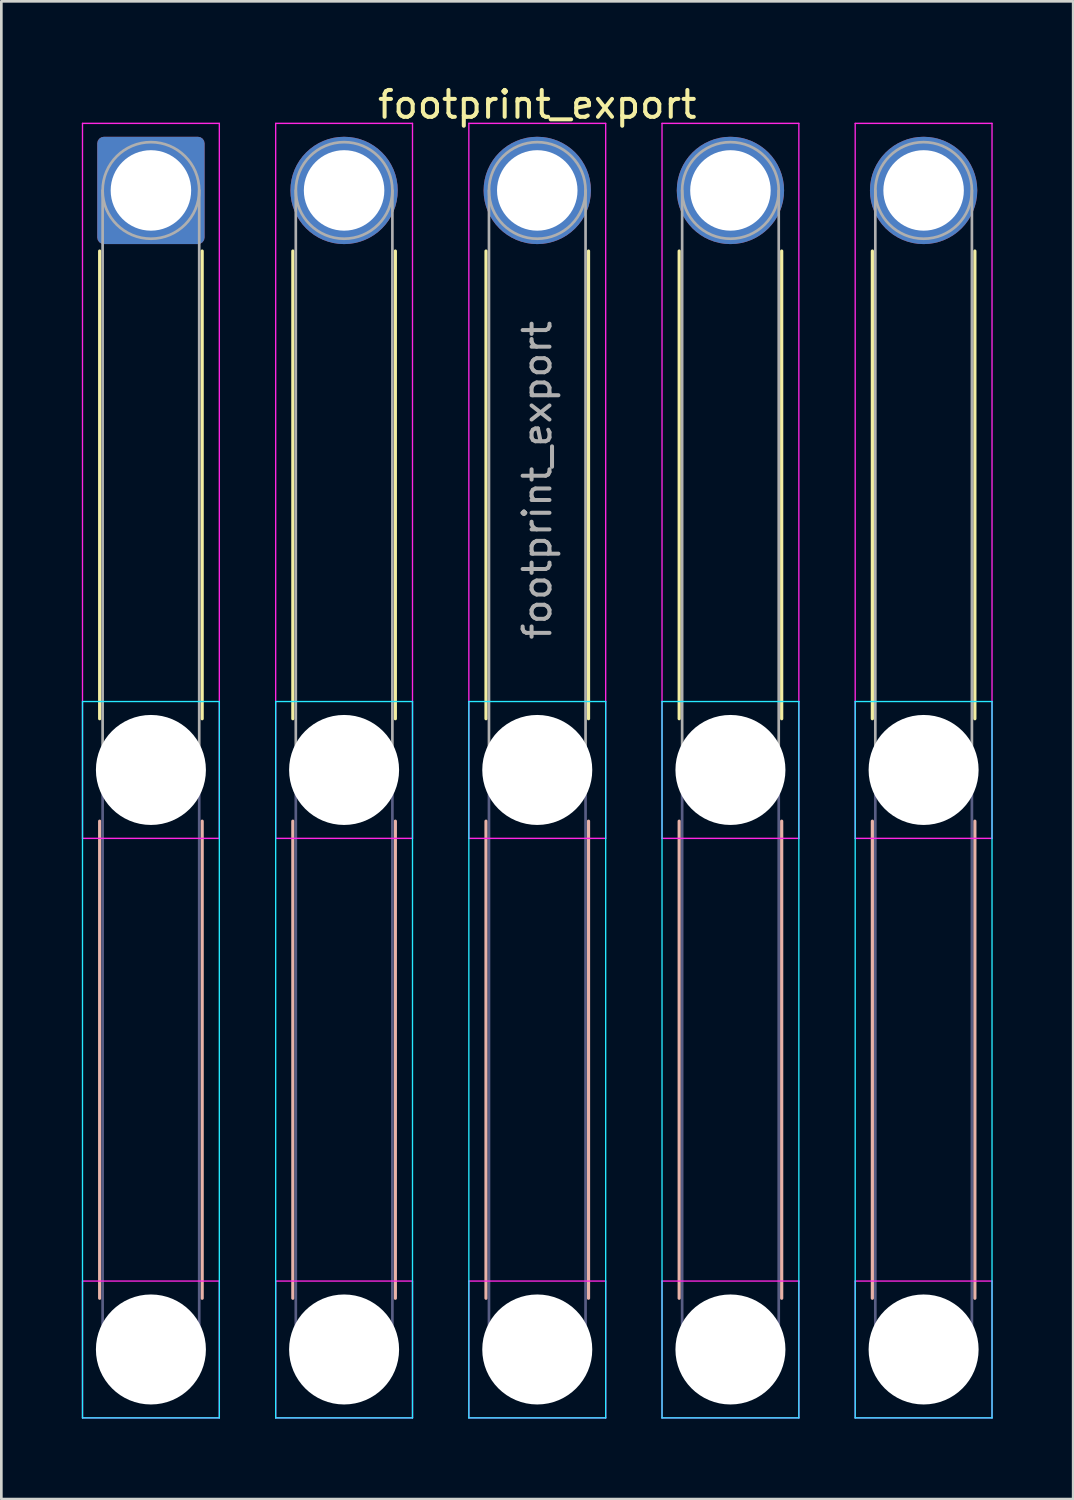
<source format=kicad_pcb>
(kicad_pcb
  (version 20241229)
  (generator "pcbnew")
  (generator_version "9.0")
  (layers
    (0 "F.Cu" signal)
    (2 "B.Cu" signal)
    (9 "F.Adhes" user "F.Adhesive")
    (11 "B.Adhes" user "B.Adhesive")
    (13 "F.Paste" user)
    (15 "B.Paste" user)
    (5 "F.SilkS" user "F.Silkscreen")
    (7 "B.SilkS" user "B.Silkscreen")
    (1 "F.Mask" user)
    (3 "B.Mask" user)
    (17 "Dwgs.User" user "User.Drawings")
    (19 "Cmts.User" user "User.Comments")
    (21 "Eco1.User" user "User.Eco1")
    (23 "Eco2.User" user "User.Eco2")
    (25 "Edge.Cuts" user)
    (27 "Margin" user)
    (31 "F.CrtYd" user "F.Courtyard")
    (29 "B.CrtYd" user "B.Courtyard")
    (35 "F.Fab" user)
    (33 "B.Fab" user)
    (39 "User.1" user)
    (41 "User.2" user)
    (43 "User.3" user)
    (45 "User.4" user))
  (footprint "footprint_export"
    (layer "F.Cu")
    (at 2.575 4.048)
    (property "Reference" "footprint_export" (at 14.4 -3.2 0) (layer "F.SilkS") (effects (font (size 1 1) (thickness 0.15))))
    (attr exclude_from_pos_files exclude_from_bom)
    (fp_line (start -1.91 2.26) (end -1.91 19.69) (stroke (width 0.12) (type solid)) (layer "F.SilkS"))
    (fp_line (start 1.91 2.26) (end 1.91 19.69) (stroke (width 0.12) (type solid)) (layer "F.SilkS"))
    (fp_line (start 5.29 2.26) (end 5.29 19.69) (stroke (width 0.12) (type solid)) (layer "F.SilkS"))
    (fp_line (start 9.11 2.26) (end 9.11 19.69) (stroke (width 0.12) (type solid)) (layer "F.SilkS"))
    (fp_line (start 12.49 2.26) (end 12.49 19.69) (stroke (width 0.12) (type solid)) (layer "F.SilkS"))
    (fp_line (start 16.31 2.26) (end 16.31 19.69) (stroke (width 0.12) (type solid)) (layer "F.SilkS"))
    (fp_line (start 19.69 2.26) (end 19.69 19.69) (stroke (width 0.12) (type solid)) (layer "F.SilkS"))
    (fp_line (start 23.51 2.26) (end 23.51 19.69) (stroke (width 0.12) (type solid)) (layer "F.SilkS"))
    (fp_line (start 26.89 2.26) (end 26.89 19.69) (stroke (width 0.12) (type solid)) (layer "F.SilkS"))
    (fp_line (start 30.71 2.26) (end 30.71 19.69) (stroke (width 0.12) (type solid)) (layer "F.SilkS"))
    (fp_line (start -1.91 23.51) (end -1.91 41.29) (stroke (width 0.12) (type solid)) (layer "B.SilkS"))
    (fp_line (start 1.91 23.51) (end 1.91 41.29) (stroke (width 0.12) (type solid)) (layer "B.SilkS"))
    (fp_line (start 5.29 23.51) (end 5.29 41.29) (stroke (width 0.12) (type solid)) (layer "B.SilkS"))
    (fp_line (start 9.11 23.51) (end 9.11 41.29) (stroke (width 0.12) (type solid)) (layer "B.SilkS"))
    (fp_line (start 12.49 23.51) (end 12.49 41.29) (stroke (width 0.12) (type solid)) (layer "B.SilkS"))
    (fp_line (start 16.31 23.51) (end 16.31 41.29) (stroke (width 0.12) (type solid)) (layer "B.SilkS"))
    (fp_line (start 19.69 23.51) (end 19.69 41.29) (stroke (width 0.12) (type solid)) (layer "B.SilkS"))
    (fp_line (start 23.51 23.51) (end 23.51 41.29) (stroke (width 0.12) (type solid)) (layer "B.SilkS"))
    (fp_line (start 26.89 23.51) (end 26.89 41.29) (stroke (width 0.12) (type solid)) (layer "B.SilkS"))
    (fp_line (start 30.71 23.51) (end 30.71 41.29) (stroke (width 0.12) (type solid)) (layer "B.SilkS"))
    (fp_line (start -2.55 19.05) (end -2.55 45.75) (stroke (width 0.05) (type solid)) (layer "B.CrtYd"))
    (fp_line (start -2.55 45.75) (end 2.55 45.75) (stroke (width 0.05) (type solid)) (layer "B.CrtYd"))
    (fp_line (start 2.55 19.05) (end -2.55 19.05) (stroke (width 0.05) (type solid)) (layer "B.CrtYd"))
    (fp_line (start 2.55 45.75) (end 2.55 19.05) (stroke (width 0.05) (type solid)) (layer "B.CrtYd"))
    (fp_line (start 4.65 19.05) (end 4.65 45.75) (stroke (width 0.05) (type solid)) (layer "B.CrtYd"))
    (fp_line (start 4.65 45.75) (end 9.75 45.75) (stroke (width 0.05) (type solid)) (layer "B.CrtYd"))
    (fp_line (start 9.75 19.05) (end 4.65 19.05) (stroke (width 0.05) (type solid)) (layer "B.CrtYd"))
    (fp_line (start 9.75 45.75) (end 9.75 19.05) (stroke (width 0.05) (type solid)) (layer "B.CrtYd"))
    (fp_line (start 11.85 19.05) (end 11.85 45.75) (stroke (width 0.05) (type solid)) (layer "B.CrtYd"))
    (fp_line (start 11.85 45.75) (end 16.95 45.75) (stroke (width 0.05) (type solid)) (layer "B.CrtYd"))
    (fp_line (start 16.95 19.05) (end 11.85 19.05) (stroke (width 0.05) (type solid)) (layer "B.CrtYd"))
    (fp_line (start 16.95 45.75) (end 16.95 19.05) (stroke (width 0.05) (type solid)) (layer "B.CrtYd"))
    (fp_line (start 19.05 19.05) (end 19.05 45.75) (stroke (width 0.05) (type solid)) (layer "B.CrtYd"))
    (fp_line (start 19.05 45.75) (end 24.15 45.75) (stroke (width 0.05) (type solid)) (layer "B.CrtYd"))
    (fp_line (start 24.15 19.05) (end 19.05 19.05) (stroke (width 0.05) (type solid)) (layer "B.CrtYd"))
    (fp_line (start 24.15 45.75) (end 24.15 19.05) (stroke (width 0.05) (type solid)) (layer "B.CrtYd"))
    (fp_line (start 26.25 19.05) (end 26.25 45.75) (stroke (width 0.05) (type solid)) (layer "B.CrtYd"))
    (fp_line (start 26.25 45.75) (end 31.35 45.75) (stroke (width 0.05) (type solid)) (layer "B.CrtYd"))
    (fp_line (start 31.35 19.05) (end 26.25 19.05) (stroke (width 0.05) (type solid)) (layer "B.CrtYd"))
    (fp_line (start 31.35 45.75) (end 31.35 19.05) (stroke (width 0.05) (type solid)) (layer "B.CrtYd"))
    (fp_line (start -2.55 -2.5) (end -2.55 24.15) (stroke (width 0.05) (type solid)) (layer "F.CrtYd"))
    (fp_line (start -2.55 24.15) (end 2.55 24.15) (stroke (width 0.05) (type solid)) (layer "F.CrtYd"))
    (fp_line (start -2.55 40.65) (end -2.55 45.75) (stroke (width 0.05) (type solid)) (layer "F.CrtYd"))
    (fp_line (start -2.55 45.75) (end 2.55 45.75) (stroke (width 0.05) (type solid)) (layer "F.CrtYd"))
    (fp_line (start 2.55 -2.5) (end -2.55 -2.5) (stroke (width 0.05) (type solid)) (layer "F.CrtYd"))
    (fp_line (start 2.55 24.15) (end 2.55 -2.5) (stroke (width 0.05) (type solid)) (layer "F.CrtYd"))
    (fp_line (start 2.55 40.65) (end -2.55 40.65) (stroke (width 0.05) (type solid)) (layer "F.CrtYd"))
    (fp_line (start 2.55 45.75) (end 2.55 40.65) (stroke (width 0.05) (type solid)) (layer "F.CrtYd"))
    (fp_line (start 4.65 -2.5) (end 4.65 24.15) (stroke (width 0.05) (type solid)) (layer "F.CrtYd"))
    (fp_line (start 4.65 24.15) (end 9.75 24.15) (stroke (width 0.05) (type solid)) (layer "F.CrtYd"))
    (fp_line (start 4.65 40.65) (end 4.65 45.75) (stroke (width 0.05) (type solid)) (layer "F.CrtYd"))
    (fp_line (start 4.65 45.75) (end 9.75 45.75) (stroke (width 0.05) (type solid)) (layer "F.CrtYd"))
    (fp_line (start 9.75 -2.5) (end 4.65 -2.5) (stroke (width 0.05) (type solid)) (layer "F.CrtYd"))
    (fp_line (start 9.75 24.15) (end 9.75 -2.5) (stroke (width 0.05) (type solid)) (layer "F.CrtYd"))
    (fp_line (start 9.75 40.65) (end 4.65 40.65) (stroke (width 0.05) (type solid)) (layer "F.CrtYd"))
    (fp_line (start 9.75 45.75) (end 9.75 40.65) (stroke (width 0.05) (type solid)) (layer "F.CrtYd"))
    (fp_line (start 11.85 -2.5) (end 11.85 24.15) (stroke (width 0.05) (type solid)) (layer "F.CrtYd"))
    (fp_line (start 11.85 24.15) (end 16.95 24.15) (stroke (width 0.05) (type solid)) (layer "F.CrtYd"))
    (fp_line (start 11.85 40.65) (end 11.85 45.75) (stroke (width 0.05) (type solid)) (layer "F.CrtYd"))
    (fp_line (start 11.85 45.75) (end 16.95 45.75) (stroke (width 0.05) (type solid)) (layer "F.CrtYd"))
    (fp_line (start 16.95 -2.5) (end 11.85 -2.5) (stroke (width 0.05) (type solid)) (layer "F.CrtYd"))
    (fp_line (start 16.95 24.15) (end 16.95 -2.5) (stroke (width 0.05) (type solid)) (layer "F.CrtYd"))
    (fp_line (start 16.95 40.65) (end 11.85 40.65) (stroke (width 0.05) (type solid)) (layer "F.CrtYd"))
    (fp_line (start 16.95 45.75) (end 16.95 40.65) (stroke (width 0.05) (type solid)) (layer "F.CrtYd"))
    (fp_line (start 19.05 -2.5) (end 19.05 24.15) (stroke (width 0.05) (type solid)) (layer "F.CrtYd"))
    (fp_line (start 19.05 24.15) (end 24.15 24.15) (stroke (width 0.05) (type solid)) (layer "F.CrtYd"))
    (fp_line (start 19.05 40.65) (end 19.05 45.75) (stroke (width 0.05) (type solid)) (layer "F.CrtYd"))
    (fp_line (start 19.05 45.75) (end 24.15 45.75) (stroke (width 0.05) (type solid)) (layer "F.CrtYd"))
    (fp_line (start 24.15 -2.5) (end 19.05 -2.5) (stroke (width 0.05) (type solid)) (layer "F.CrtYd"))
    (fp_line (start 24.15 24.15) (end 24.15 -2.5) (stroke (width 0.05) (type solid)) (layer "F.CrtYd"))
    (fp_line (start 24.15 40.65) (end 19.05 40.65) (stroke (width 0.05) (type solid)) (layer "F.CrtYd"))
    (fp_line (start 24.15 45.75) (end 24.15 40.65) (stroke (width 0.05) (type solid)) (layer "F.CrtYd"))
    (fp_line (start 26.25 -2.5) (end 26.25 24.15) (stroke (width 0.05) (type solid)) (layer "F.CrtYd"))
    (fp_line (start 26.25 24.15) (end 31.35 24.15) (stroke (width 0.05) (type solid)) (layer "F.CrtYd"))
    (fp_line (start 26.25 40.65) (end 26.25 45.75) (stroke (width 0.05) (type solid)) (layer "F.CrtYd"))
    (fp_line (start 26.25 45.75) (end 31.35 45.75) (stroke (width 0.05) (type solid)) (layer "F.CrtYd"))
    (fp_line (start 31.35 -2.5) (end 26.25 -2.5) (stroke (width 0.05) (type solid)) (layer "F.CrtYd"))
    (fp_line (start 31.35 24.15) (end 31.35 -2.5) (stroke (width 0.05) (type solid)) (layer "F.CrtYd"))
    (fp_line (start 31.35 40.65) (end 26.25 40.65) (stroke (width 0.05) (type solid)) (layer "F.CrtYd"))
    (fp_line (start 31.35 45.75) (end 31.35 40.65) (stroke (width 0.05) (type solid)) (layer "F.CrtYd"))
    (fp_line (start -1.8 21.6) (end -1.8 43.2) (stroke (width 0.1) (type solid)) (layer "B.Fab"))
    (fp_line (start 1.8 21.6) (end 1.8 43.2) (stroke (width 0.1) (type solid)) (layer "B.Fab"))
    (fp_line (start 5.4 21.6) (end 5.4 43.2) (stroke (width 0.1) (type solid)) (layer "B.Fab"))
    (fp_line (start 9 21.6) (end 9 43.2) (stroke (width 0.1) (type solid)) (layer "B.Fab"))
    (fp_line (start 12.6 21.6) (end 12.6 43.2) (stroke (width 0.1) (type solid)) (layer "B.Fab"))
    (fp_line (start 16.2 21.6) (end 16.2 43.2) (stroke (width 0.1) (type solid)) (layer "B.Fab"))
    (fp_line (start 19.8 21.6) (end 19.8 43.2) (stroke (width 0.1) (type solid)) (layer "B.Fab"))
    (fp_line (start 23.4 21.6) (end 23.4 43.2) (stroke (width 0.1) (type solid)) (layer "B.Fab"))
    (fp_line (start 27 21.6) (end 27 43.2) (stroke (width 0.1) (type solid)) (layer "B.Fab"))
    (fp_line (start 30.6 21.6) (end 30.6 43.2) (stroke (width 0.1) (type solid)) (layer "B.Fab"))
    (fp_circle (center 0 21.6) (end 1.8 21.6) (stroke (width 0.1) (type solid)) (fill no) (layer "B.Fab"))
    (fp_circle (center 0 43.2) (end 1.8 43.2) (stroke (width 0.1) (type solid)) (fill no) (layer "B.Fab"))
    (fp_circle (center 7.2 21.6) (end 9 21.6) (stroke (width 0.1) (type solid)) (fill no) (layer "B.Fab"))
    (fp_circle (center 7.2 43.2) (end 9 43.2) (stroke (width 0.1) (type solid)) (fill no) (layer "B.Fab"))
    (fp_circle (center 14.4 21.6) (end 16.2 21.6) (stroke (width 0.1) (type solid)) (fill no) (layer "B.Fab"))
    (fp_circle (center 14.4 43.2) (end 16.2 43.2) (stroke (width 0.1) (type solid)) (fill no) (layer "B.Fab"))
    (fp_circle (center 21.6 21.6) (end 23.4 21.6) (stroke (width 0.1) (type solid)) (fill no) (layer "B.Fab"))
    (fp_circle (center 21.6 43.2) (end 23.4 43.2) (stroke (width 0.1) (type solid)) (fill no) (layer "B.Fab"))
    (fp_circle (center 28.8 21.6) (end 30.6 21.6) (stroke (width 0.1) (type solid)) (fill no) (layer "B.Fab"))
    (fp_circle (center 28.8 43.2) (end 30.6 43.2) (stroke (width 0.1) (type solid)) (fill no) (layer "B.Fab"))
    (fp_line (start -1.8 0) (end -1.8 21.6) (stroke (width 0.1) (type solid)) (layer "F.Fab"))
    (fp_line (start 1.8 0) (end 1.8 21.6) (stroke (width 0.1) (type solid)) (layer "F.Fab"))
    (fp_line (start 5.4 0) (end 5.4 21.6) (stroke (width 0.1) (type solid)) (layer "F.Fab"))
    (fp_line (start 9 0) (end 9 21.6) (stroke (width 0.1) (type solid)) (layer "F.Fab"))
    (fp_line (start 12.6 0) (end 12.6 21.6) (stroke (width 0.1) (type solid)) (layer "F.Fab"))
    (fp_line (start 16.2 0) (end 16.2 21.6) (stroke (width 0.1) (type solid)) (layer "F.Fab"))
    (fp_line (start 19.8 0) (end 19.8 21.6) (stroke (width 0.1) (type solid)) (layer "F.Fab"))
    (fp_line (start 23.4 0) (end 23.4 21.6) (stroke (width 0.1) (type solid)) (layer "F.Fab"))
    (fp_line (start 27 0) (end 27 21.6) (stroke (width 0.1) (type solid)) (layer "F.Fab"))
    (fp_line (start 30.6 0) (end 30.6 21.6) (stroke (width 0.1) (type solid)) (layer "F.Fab"))
    (fp_circle (center 0 0) (end 1.8 0) (stroke (width 0.1) (type solid)) (fill no) (layer "F.Fab"))
    (fp_circle (center 0 21.6) (end 1.8 21.6) (stroke (width 0.1) (type solid)) (fill no) (layer "F.Fab"))
    (fp_circle (center 0 43.2) (end 1.8 43.2) (stroke (width 0.1) (type solid)) (fill no) (layer "F.Fab"))
    (fp_circle (center 7.2 0) (end 9 0) (stroke (width 0.1) (type solid)) (fill no) (layer "F.Fab"))
    (fp_circle (center 7.2 21.6) (end 9 21.6) (stroke (width 0.1) (type solid)) (fill no) (layer "F.Fab"))
    (fp_circle (center 7.2 43.2) (end 9 43.2) (stroke (width 0.1) (type solid)) (fill no) (layer "F.Fab"))
    (fp_circle (center 14.4 0) (end 16.2 0) (stroke (width 0.1) (type solid)) (fill no) (layer "F.Fab"))
    (fp_circle (center 14.4 21.6) (end 16.2 21.6) (stroke (width 0.1) (type solid)) (fill no) (layer "F.Fab"))
    (fp_circle (center 14.4 43.2) (end 16.2 43.2) (stroke (width 0.1) (type solid)) (fill no) (layer "F.Fab"))
    (fp_circle (center 21.6 0) (end 23.4 0) (stroke (width 0.1) (type solid)) (fill no) (layer "F.Fab"))
    (fp_circle (center 21.6 21.6) (end 23.4 21.6) (stroke (width 0.1) (type solid)) (fill no) (layer "F.Fab"))
    (fp_circle (center 21.6 43.2) (end 23.4 43.2) (stroke (width 0.1) (type solid)) (fill no) (layer "F.Fab"))
    (fp_circle (center 28.8 0) (end 30.6 0) (stroke (width 0.1) (type solid)) (fill no) (layer "F.Fab"))
    (fp_circle (center 28.8 21.6) (end 30.6 21.6) (stroke (width 0.1) (type solid)) (fill no) (layer "F.Fab"))
    (fp_circle (center 28.8 43.2) (end 30.6 43.2) (stroke (width 0.1) (type solid)) (fill no) (layer "F.Fab"))
    (fp_text user "${REFERENCE}" (at 14.4 10.8 90) (layer "F.Fab") (effects (font (size 1 1) (thickness 0.15))))
    (pad "" np_thru_hole circle (at 0 21.6) (size 4.1 4.1) (drill 4.1) (layers "*.Cu" "*.Mask"))
    (pad "" np_thru_hole circle (at 0 43.2) (size 4.1 4.1) (drill 4.1) (layers "*.Cu" "*.Mask"))
    (pad "" np_thru_hole circle (at 7.2 21.6) (size 4.1 4.1) (drill 4.1) (layers "*.Cu" "*.Mask"))
    (pad "" np_thru_hole circle (at 7.2 43.2) (size 4.1 4.1) (drill 4.1) (layers "*.Cu" "*.Mask"))
    (pad "" np_thru_hole circle (at 14.4 21.6) (size 4.1 4.1) (drill 4.1) (layers "*.Cu" "*.Mask"))
    (pad "" np_thru_hole circle (at 14.4 43.2) (size 4.1 4.1) (drill 4.1) (layers "*.Cu" "*.Mask"))
    (pad "" np_thru_hole circle (at 21.6 21.6) (size 4.1 4.1) (drill 4.1) (layers "*.Cu" "*.Mask"))
    (pad "" np_thru_hole circle (at 21.6 43.2) (size 4.1 4.1) (drill 4.1) (layers "*.Cu" "*.Mask"))
    (pad "" np_thru_hole circle (at 28.8 21.6) (size 4.1 4.1) (drill 4.1) (layers "*.Cu" "*.Mask"))
    (pad "" np_thru_hole circle (at 28.8 43.2) (size 4.1 4.1) (drill 4.1) (layers "*.Cu" "*.Mask"))
    (pad "1" thru_hole roundrect (at 0 0) (size 4 4) (drill 3) (layers "*.Cu" "*.Mask") (roundrect_rratio 0.062))
    (pad "2" thru_hole circle (at 7.2 0) (size 4 4) (drill 3) (layers "*.Cu" "*.Mask"))
    (pad "3" thru_hole circle (at 14.4 0) (size 4 4) (drill 3) (layers "*.Cu" "*.Mask"))
    (pad "4" thru_hole circle (at 21.6 0) (size 4 4) (drill 3) (layers "*.Cu" "*.Mask"))
    (pad "5" thru_hole circle (at 28.8 0) (size 4 4) (drill 3) (layers "*.Cu" "*.Mask")))
  (gr_rect
    (start -3 -3)
    (end 36.95 52.823)
    (stroke (width 0.1) (type default))
    (fill no)
    (layer "Edge.Cuts")))
</source>
